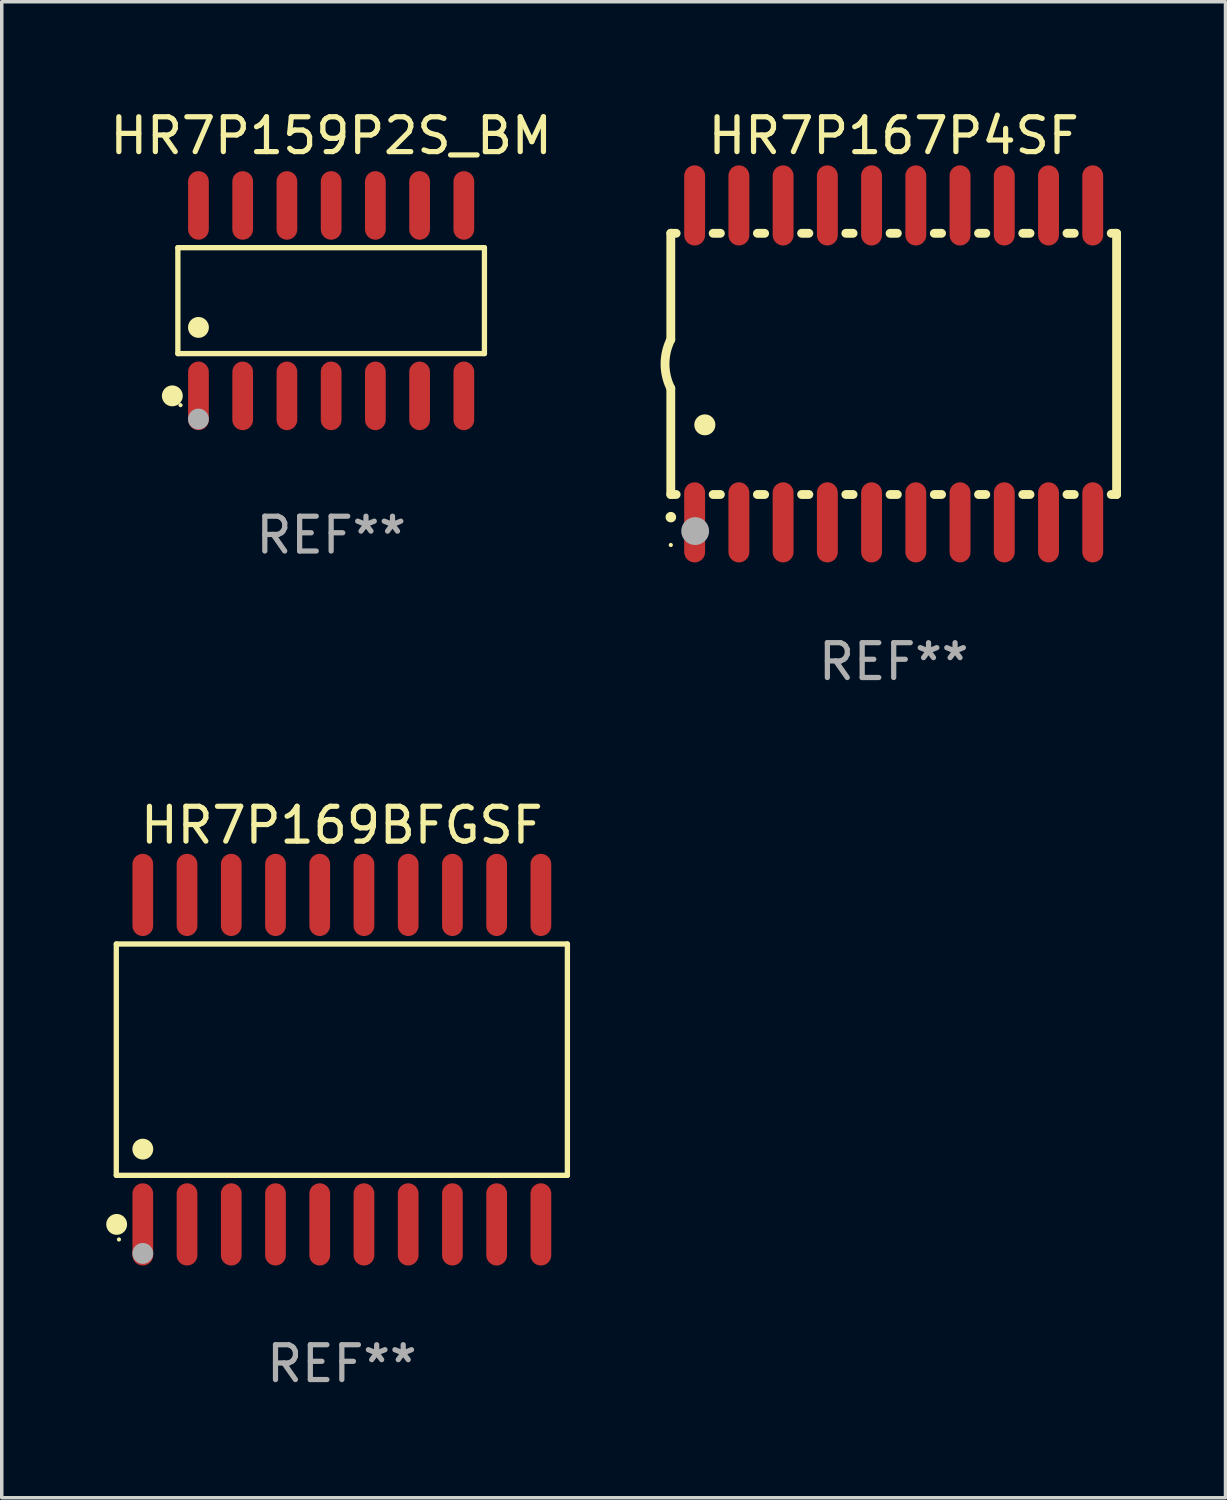
<source format=kicad_pcb>
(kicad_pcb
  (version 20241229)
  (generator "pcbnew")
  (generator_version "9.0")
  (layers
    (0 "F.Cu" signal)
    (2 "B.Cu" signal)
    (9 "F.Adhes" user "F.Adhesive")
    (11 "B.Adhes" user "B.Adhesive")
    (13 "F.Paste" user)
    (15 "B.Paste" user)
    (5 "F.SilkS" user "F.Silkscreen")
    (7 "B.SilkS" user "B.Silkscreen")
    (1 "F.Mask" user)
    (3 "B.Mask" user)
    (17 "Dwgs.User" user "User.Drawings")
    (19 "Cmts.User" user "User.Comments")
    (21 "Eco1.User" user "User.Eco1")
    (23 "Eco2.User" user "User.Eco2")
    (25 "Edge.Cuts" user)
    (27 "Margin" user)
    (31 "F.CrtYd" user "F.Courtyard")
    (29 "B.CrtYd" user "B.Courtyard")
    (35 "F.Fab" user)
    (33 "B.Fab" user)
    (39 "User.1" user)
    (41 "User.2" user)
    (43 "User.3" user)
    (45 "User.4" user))
  (footprint "HR7P167P4SF"
    (layer "F.Cu")
    (at 22.61 7.398)
    (property "Reference" "HR7P167P4SF" (at 0 -6.55 0) (layer "F.SilkS") (effects (font (size 1 1) (thickness 0.15))))
    (attr through_hole)
    (fp_line (start -6.4 -3.75) (end -6.4 -0.7) (stroke (width 0.254) (type solid)) (layer "F.SilkS"))
    (fp_line (start -6.4 -3.75) (end -6.246 -3.75) (stroke (width 0.254) (type solid)) (layer "F.SilkS"))
    (fp_line (start -6.4 3.75) (end -6.4 0.7) (stroke (width 0.254) (type solid)) (layer "F.SilkS"))
    (fp_line (start -6.246 3.75) (end -6.4 3.75) (stroke (width 0.254) (type solid)) (layer "F.SilkS"))
    (fp_line (start -5.184 -3.75) (end -4.976 -3.75) (stroke (width 0.254) (type solid)) (layer "F.SilkS"))
    (fp_line (start -4.976 3.75) (end -5.184 3.75) (stroke (width 0.254) (type solid)) (layer "F.SilkS"))
    (fp_line (start -3.914 -3.75) (end -3.706 -3.75) (stroke (width 0.254) (type solid)) (layer "F.SilkS"))
    (fp_line (start -3.706 3.75) (end -3.914 3.75) (stroke (width 0.254) (type solid)) (layer "F.SilkS"))
    (fp_line (start -2.644 -3.75) (end -2.436 -3.75) (stroke (width 0.254) (type solid)) (layer "F.SilkS"))
    (fp_line (start -2.436 3.75) (end -2.644 3.75) (stroke (width 0.254) (type solid)) (layer "F.SilkS"))
    (fp_line (start -1.374 -3.75) (end -1.166 -3.75) (stroke (width 0.254) (type solid)) (layer "F.SilkS"))
    (fp_line (start -1.166 3.75) (end -1.374 3.75) (stroke (width 0.254) (type solid)) (layer "F.SilkS"))
    (fp_line (start -0.104 -3.75) (end 0.104 -3.75) (stroke (width 0.254) (type solid)) (layer "F.SilkS"))
    (fp_line (start 0.104 3.75) (end -0.104 3.75) (stroke (width 0.254) (type solid)) (layer "F.SilkS"))
    (fp_line (start 1.166 -3.75) (end 1.374 -3.75) (stroke (width 0.254) (type solid)) (layer "F.SilkS"))
    (fp_line (start 1.374 3.75) (end 1.166 3.75) (stroke (width 0.254) (type solid)) (layer "F.SilkS"))
    (fp_line (start 2.436 -3.75) (end 2.644 -3.75) (stroke (width 0.254) (type solid)) (layer "F.SilkS"))
    (fp_line (start 2.644 3.75) (end 2.436 3.75) (stroke (width 0.254) (type solid)) (layer "F.SilkS"))
    (fp_line (start 3.706 -3.75) (end 3.914 -3.75) (stroke (width 0.254) (type solid)) (layer "F.SilkS"))
    (fp_line (start 3.914 3.75) (end 3.706 3.75) (stroke (width 0.254) (type solid)) (layer "F.SilkS"))
    (fp_line (start 4.976 -3.75) (end 5.184 -3.75) (stroke (width 0.254) (type solid)) (layer "F.SilkS"))
    (fp_line (start 5.184 3.75) (end 4.976 3.75) (stroke (width 0.254) (type solid)) (layer "F.SilkS"))
    (fp_line (start 6.246 -3.75) (end 6.4 -3.75) (stroke (width 0.254) (type solid)) (layer "F.SilkS"))
    (fp_line (start 6.4 -3.75) (end 6.4 3.75) (stroke (width 0.254) (type solid)) (layer "F.SilkS"))
    (fp_line (start 6.4 3.75) (end 6.246 3.75) (stroke (width 0.254) (type solid)) (layer "F.SilkS"))
    (fp_arc (start -6.400812 0.701041) (mid -6.565912 0.000428) (end -6.400025 -0.7) (stroke (width 0.254001) (type solid)) (layer "F.SilkS"))
    (fp_arc (start -6.400025 4.4) (mid -6.398755 4.399995) (end -6.397485 4.4) (stroke (width 0.3) (type solid)) (layer "F.SilkS"))
    (fp_arc (start -5.425451 1.750064) (mid -5.422911 1.750053) (end -5.420371 1.750064) (stroke (width 0.6) (type solid)) (layer "F.SilkS"))
    (fp_circle (center -6.4 5.2) (end -6.37 5.2) (stroke (width 0.06) (type solid)) (fill no) (layer "F.SilkS"))
    (fp_circle (center -5.7 4.8) (end -5.5 4.8) (stroke (width 0.4) (type solid)) (fill no) (layer "F.Fab"))
    (fp_text user "REF**" (at 0 8.55 0) (layer "F.Fab") (effects (font (size 1 1) (thickness 0.15))))
    (pad "1" smd oval (at -5.715 4.55 180) (size 0.6 2.3) (layers "F.Cu" "F.Mask" "F.Paste"))
    (pad "2" smd oval (at -4.445 4.55 180) (size 0.6 2.3) (layers "F.Cu" "F.Mask" "F.Paste"))
    (pad "3" smd oval (at -3.175 4.55 180) (size 0.6 2.3) (layers "F.Cu" "F.Mask" "F.Paste"))
    (pad "4" smd oval (at -1.905 4.55 180) (size 0.6 2.3) (layers "F.Cu" "F.Mask" "F.Paste"))
    (pad "5" smd oval (at -0.635 4.55 180) (size 0.6 2.3) (layers "F.Cu" "F.Mask" "F.Paste"))
    (pad "6" smd oval (at 0.635 4.55 180) (size 0.6 2.3) (layers "F.Cu" "F.Mask" "F.Paste"))
    (pad "7" smd oval (at 1.905 4.55 180) (size 0.6 2.3) (layers "F.Cu" "F.Mask" "F.Paste"))
    (pad "8" smd oval (at 3.175 4.55 180) (size 0.6 2.3) (layers "F.Cu" "F.Mask" "F.Paste"))
    (pad "9" smd oval (at 4.445 4.55 180) (size 0.6 2.3) (layers "F.Cu" "F.Mask" "F.Paste"))
    (pad "10" smd oval (at 5.715 4.55 180) (size 0.6 2.3) (layers "F.Cu" "F.Mask" "F.Paste"))
    (pad "11" smd oval (at 5.715 -4.55 180) (size 0.6 2.3) (layers "F.Cu" "F.Mask" "F.Paste"))
    (pad "12" smd oval (at 4.445 -4.55 180) (size 0.6 2.3) (layers "F.Cu" "F.Mask" "F.Paste"))
    (pad "13" smd oval (at 3.175 -4.55 180) (size 0.6 2.3) (layers "F.Cu" "F.Mask" "F.Paste"))
    (pad "14" smd oval (at 1.905 -4.55 180) (size 0.6 2.3) (layers "F.Cu" "F.Mask" "F.Paste"))
    (pad "15" smd oval (at 0.635 -4.55 180) (size 0.6 2.3) (layers "F.Cu" "F.Mask" "F.Paste"))
    (pad "16" smd oval (at -0.635 -4.55 180) (size 0.6 2.3) (layers "F.Cu" "F.Mask" "F.Paste"))
    (pad "17" smd oval (at -1.905 -4.55 180) (size 0.6 2.3) (layers "F.Cu" "F.Mask" "F.Paste"))
    (pad "18" smd oval (at -3.175 -4.55 180) (size 0.6 2.3) (layers "F.Cu" "F.Mask" "F.Paste"))
    (pad "19" smd oval (at -4.445 -4.55 180) (size 0.6 2.3) (layers "F.Cu" "F.Mask" "F.Paste"))
    (pad "20" smd oval (at -5.715 -4.55 180) (size 0.6 2.3) (layers "F.Cu" "F.Mask" "F.Paste")))
  (footprint "HR7P159P2S_BM"
    (layer "F.Cu")
    (at 6.458 5.582)
    (property "Reference" "HR7P159P2S_BM" (at 0 -4.734 0) (layer "F.SilkS") (effects (font (size 1 1) (thickness 0.15))))
    (attr through_hole)
    (fp_line (start -4.401 -1.521) (end 4.401 -1.521) (stroke (width 0.152) (type solid)) (layer "F.SilkS"))
    (fp_line (start -4.401 1.521) (end -4.401 -1.521) (stroke (width 0.152) (type solid)) (layer "F.SilkS"))
    (fp_line (start 4.401 -1.521) (end 4.401 1.521) (stroke (width 0.152) (type solid)) (layer "F.SilkS"))
    (fp_line (start 4.401 1.521) (end -4.401 1.521) (stroke (width 0.152) (type solid)) (layer "F.SilkS"))
    (fp_circle (center -4.56 2.734) (end -4.41 2.734) (stroke (width 0.3) (type solid)) (fill no) (layer "F.SilkS"))
    (fp_circle (center -4.325 3) (end -4.295 3) (stroke (width 0.06) (type solid)) (fill no) (layer "F.SilkS"))
    (fp_circle (center -3.81 0.769) (end -3.66 0.769) (stroke (width 0.3) (type solid)) (fill no) (layer "F.SilkS"))
    (fp_circle (center -3.81 3.4) (end -3.66 3.4) (stroke (width 0.3) (type solid)) (fill no) (layer "F.Fab"))
    (fp_text user "REF**" (at 0 6.734 0) (layer "F.Fab") (effects (font (size 1 1) (thickness 0.15))))
    (pad "1" smd oval (at -3.81 2.734) (size 0.595 1.968) (layers "F.Cu" "F.Mask" "F.Paste"))
    (pad "2" smd oval (at -2.54 2.734) (size 0.595 1.968) (layers "F.Cu" "F.Mask" "F.Paste"))
    (pad "3" smd oval (at -1.27 2.734) (size 0.595 1.968) (layers "F.Cu" "F.Mask" "F.Paste"))
    (pad "4" smd oval (at 0 2.734) (size 0.595 1.968) (layers "F.Cu" "F.Mask" "F.Paste"))
    (pad "5" smd oval (at 1.27 2.734) (size 0.595 1.968) (layers "F.Cu" "F.Mask" "F.Paste"))
    (pad "6" smd oval (at 2.54 2.734) (size 0.595 1.968) (layers "F.Cu" "F.Mask" "F.Paste"))
    (pad "7" smd oval (at 3.81 2.734) (size 0.595 1.968) (layers "F.Cu" "F.Mask" "F.Paste"))
    (pad "8" smd oval (at 3.81 -2.734) (size 0.595 1.968) (layers "F.Cu" "F.Mask" "F.Paste"))
    (pad "9" smd oval (at 2.54 -2.734) (size 0.595 1.968) (layers "F.Cu" "F.Mask" "F.Paste"))
    (pad "10" smd oval (at 1.27 -2.734) (size 0.595 1.968) (layers "F.Cu" "F.Mask" "F.Paste"))
    (pad "11" smd oval (at 0 -2.734) (size 0.595 1.968) (layers "F.Cu" "F.Mask" "F.Paste"))
    (pad "12" smd oval (at -1.27 -2.734) (size 0.595 1.968) (layers "F.Cu" "F.Mask" "F.Paste"))
    (pad "13" smd oval (at -2.54 -2.734) (size 0.595 1.968) (layers "F.Cu" "F.Mask" "F.Paste"))
    (pad "14" smd oval (at -3.81 -2.734) (size 0.595 1.968) (layers "F.Cu" "F.Mask" "F.Paste")))
  (footprint "HR7P169BFGSF"
    (layer "F.Cu")
    (at 6.765 27.375)
    (property "Reference" "HR7P169BFGSF" (at 0 -6.73 0) (layer "F.SilkS") (effects (font (size 1 1) (thickness 0.15))))
    (attr through_hole)
    (fp_line (start -6.476 -3.321) (end 6.476 -3.321) (stroke (width 0.152) (type solid)) (layer "F.SilkS"))
    (fp_line (start -6.476 3.321) (end -6.476 -3.321) (stroke (width 0.152) (type solid)) (layer "F.SilkS"))
    (fp_line (start 6.476 -3.321) (end 6.476 3.321) (stroke (width 0.152) (type solid)) (layer "F.SilkS"))
    (fp_line (start 6.476 3.321) (end -6.476 3.321) (stroke (width 0.152) (type solid)) (layer "F.SilkS"))
    (fp_circle (center -6.465 4.73) (end -6.315 4.73) (stroke (width 0.3) (type solid)) (fill no) (layer "F.SilkS"))
    (fp_circle (center -6.4 5.163) (end -6.37 5.163) (stroke (width 0.06) (type solid)) (fill no) (layer "F.SilkS"))
    (fp_circle (center -5.715 2.569) (end -5.565 2.569) (stroke (width 0.3) (type solid)) (fill no) (layer "F.SilkS"))
    (fp_circle (center -5.715 5.563) (end -5.565 5.563) (stroke (width 0.3) (type solid)) (fill no) (layer "F.Fab"))
    (fp_text user "REF**" (at 0 8.73 0) (layer "F.Fab") (effects (font (size 1 1) (thickness 0.15))))
    (pad "1" smd oval (at -5.715 4.73) (size 0.595 2.36) (layers "F.Cu" "F.Mask" "F.Paste"))
    (pad "2" smd oval (at -4.445 4.73) (size 0.595 2.36) (layers "F.Cu" "F.Mask" "F.Paste"))
    (pad "3" smd oval (at -3.175 4.73) (size 0.595 2.36) (layers "F.Cu" "F.Mask" "F.Paste"))
    (pad "4" smd oval (at -1.905 4.73) (size 0.595 2.36) (layers "F.Cu" "F.Mask" "F.Paste"))
    (pad "5" smd oval (at -0.635 4.73) (size 0.595 2.36) (layers "F.Cu" "F.Mask" "F.Paste"))
    (pad "6" smd oval (at 0.635 4.73) (size 0.595 2.36) (layers "F.Cu" "F.Mask" "F.Paste"))
    (pad "7" smd oval (at 1.905 4.73) (size 0.595 2.36) (layers "F.Cu" "F.Mask" "F.Paste"))
    (pad "8" smd oval (at 3.175 4.73) (size 0.595 2.36) (layers "F.Cu" "F.Mask" "F.Paste"))
    (pad "9" smd oval (at 4.445 4.73) (size 0.595 2.36) (layers "F.Cu" "F.Mask" "F.Paste"))
    (pad "10" smd oval (at 5.715 4.73) (size 0.595 2.36) (layers "F.Cu" "F.Mask" "F.Paste"))
    (pad "11" smd oval (at 5.715 -4.73) (size 0.595 2.36) (layers "F.Cu" "F.Mask" "F.Paste"))
    (pad "12" smd oval (at 4.445 -4.73) (size 0.595 2.36) (layers "F.Cu" "F.Mask" "F.Paste"))
    (pad "13" smd oval (at 3.175 -4.73) (size 0.595 2.36) (layers "F.Cu" "F.Mask" "F.Paste"))
    (pad "14" smd oval (at 1.905 -4.73) (size 0.595 2.36) (layers "F.Cu" "F.Mask" "F.Paste"))
    (pad "15" smd oval (at 0.635 -4.73) (size 0.595 2.36) (layers "F.Cu" "F.Mask" "F.Paste"))
    (pad "16" smd oval (at -0.635 -4.73) (size 0.595 2.36) (layers "F.Cu" "F.Mask" "F.Paste"))
    (pad "17" smd oval (at -1.905 -4.73) (size 0.595 2.36) (layers "F.Cu" "F.Mask" "F.Paste"))
    (pad "18" smd oval (at -3.175 -4.73) (size 0.595 2.36) (layers "F.Cu" "F.Mask" "F.Paste"))
    (pad "19" smd oval (at -4.445 -4.73) (size 0.595 2.36) (layers "F.Cu" "F.Mask" "F.Paste"))
    (pad "20" smd oval (at -5.715 -4.73) (size 0.595 2.36) (layers "F.Cu" "F.Mask" "F.Paste")))
  (gr_rect
    (start -3 -3)
    (end 32.137 39.953)
    (stroke (width 0.1) (type default))
    (fill no)
    (layer "Edge.Cuts")))
</source>
